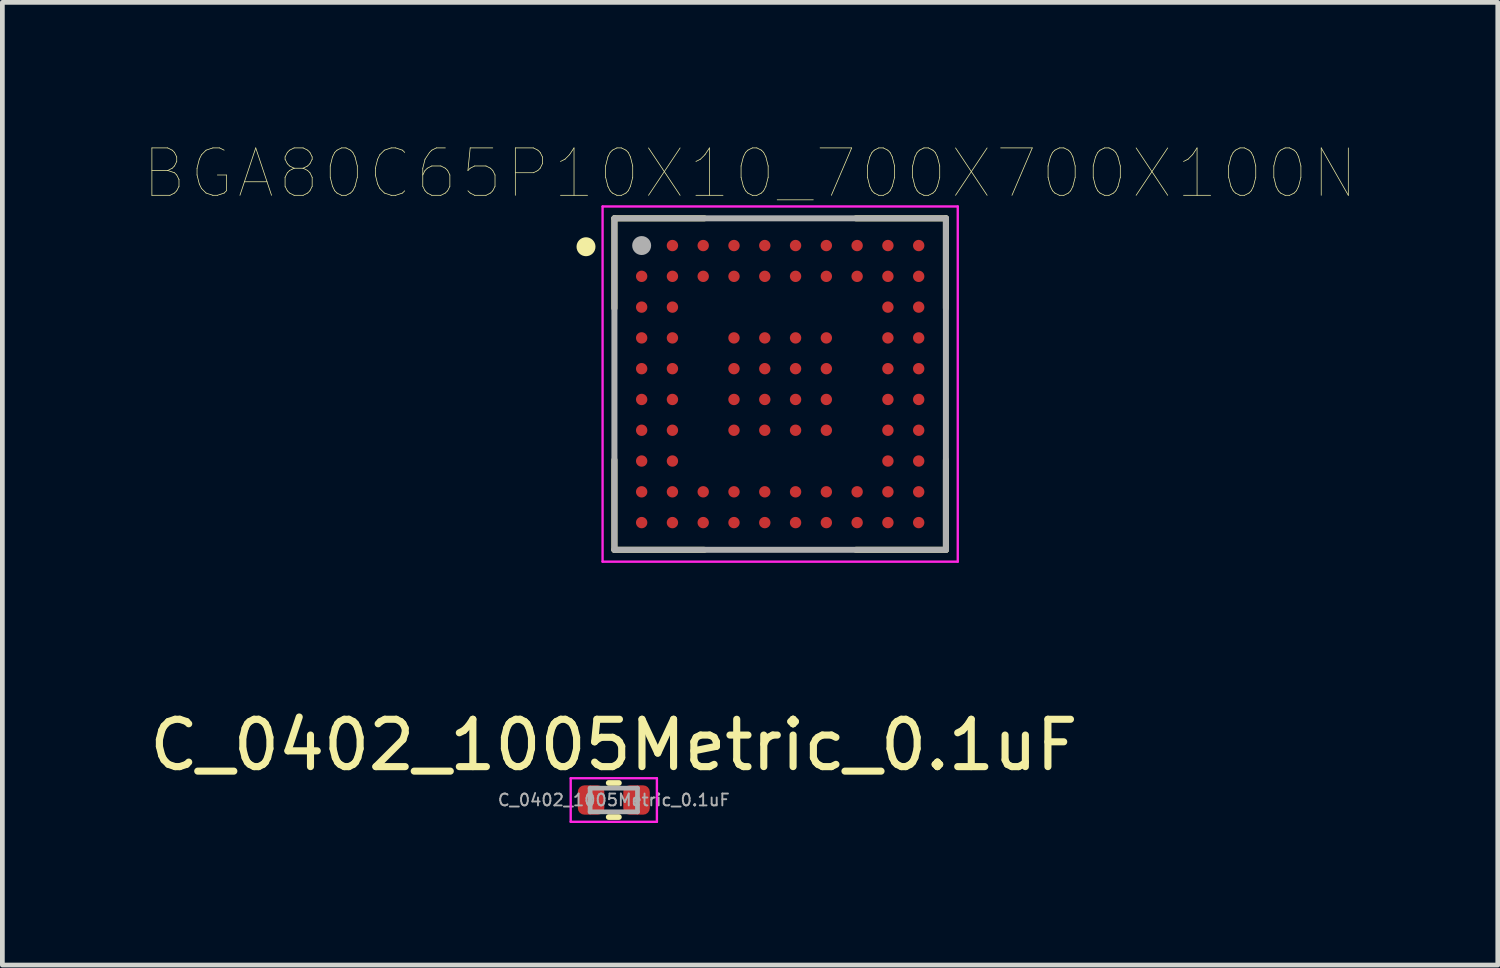
<source format=kicad_pcb>
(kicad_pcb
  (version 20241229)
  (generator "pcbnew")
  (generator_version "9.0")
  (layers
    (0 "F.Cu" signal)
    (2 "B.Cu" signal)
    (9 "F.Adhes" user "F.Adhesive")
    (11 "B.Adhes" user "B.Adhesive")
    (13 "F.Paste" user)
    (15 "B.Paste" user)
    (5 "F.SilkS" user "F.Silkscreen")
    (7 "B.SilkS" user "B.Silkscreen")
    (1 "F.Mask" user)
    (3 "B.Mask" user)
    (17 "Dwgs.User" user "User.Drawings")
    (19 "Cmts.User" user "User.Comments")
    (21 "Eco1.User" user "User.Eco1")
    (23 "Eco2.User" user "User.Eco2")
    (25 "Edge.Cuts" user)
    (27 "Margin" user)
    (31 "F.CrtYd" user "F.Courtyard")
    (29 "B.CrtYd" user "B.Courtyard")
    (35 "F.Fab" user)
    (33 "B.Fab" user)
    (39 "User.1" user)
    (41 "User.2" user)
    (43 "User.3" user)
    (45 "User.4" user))
  (footprint "C_0402_1005Metric_0.1uF"
    (layer "F.Cu")
    (at 9.911 13.843)
    (property "Reference" "C_0402_1005Metric_0.1uF" (at 0 -1.16 0) (layer "F.SilkS") (effects (font (size 1 1) (thickness 0.15))))
    (attr smd)
    (fp_line (start -0.108 -0.36) (end 0.108 -0.36) (stroke (width 0.12) (type solid)) (layer "F.SilkS"))
    (fp_line (start -0.108 0.36) (end 0.108 0.36) (stroke (width 0.12) (type solid)) (layer "F.SilkS"))
    (fp_line (start -0.91 -0.46) (end 0.91 -0.46) (stroke (width 0.05) (type solid)) (layer "F.CrtYd"))
    (fp_line (start -0.91 0.46) (end -0.91 -0.46) (stroke (width 0.05) (type solid)) (layer "F.CrtYd"))
    (fp_line (start 0.91 -0.46) (end 0.91 0.46) (stroke (width 0.05) (type solid)) (layer "F.CrtYd"))
    (fp_line (start 0.91 0.46) (end -0.91 0.46) (stroke (width 0.05) (type solid)) (layer "F.CrtYd"))
    (fp_line (start -0.5 -0.25) (end 0.5 -0.25) (stroke (width 0.1) (type solid)) (layer "F.Fab"))
    (fp_line (start -0.5 0.25) (end -0.5 -0.25) (stroke (width 0.1) (type solid)) (layer "F.Fab"))
    (fp_line (start 0.5 -0.25) (end 0.5 0.25) (stroke (width 0.1) (type solid)) (layer "F.Fab"))
    (fp_line (start 0.5 0.25) (end -0.5 0.25) (stroke (width 0.1) (type solid)) (layer "F.Fab"))
    (fp_text user "${REFERENCE}" (at 0 0 0) (layer "F.Fab") (effects (font (size 0.25 0.25) (thickness 0.04))))
    (pad "1" smd roundrect (at -0.48 0) (size 0.56 0.62) (layers "F.Cu" "F.Mask" "F.Paste") (roundrect_rratio 0.25))
    (pad "2" smd roundrect (at 0.48 0) (size 0.56 0.62) (layers "F.Cu" "F.Mask" "F.Paste") (roundrect_rratio 0.25)))
  (footprint "BGA80C65P10X10_700X700X100N"
    (layer "F.Cu")
    (at 13.424 5.06)
    (property "Reference" "BGA80C65P10X10_700X700X100N" (at -0.635 -4.448 0) (layer "F.SilkS") (effects (font (size 1.001 1.001) (thickness 0.015))))
    (attr through_hole)
    (fp_line (start -3.5 -3.5) (end -3.5 -1.6) (stroke (width 0.127) (type solid)) (layer "F.SilkS"))
    (fp_line (start -3.5 1.6) (end -3.5 3.5) (stroke (width 0.127) (type solid)) (layer "F.SilkS"))
    (fp_line (start -3.5 3.5) (end -1.6 3.5) (stroke (width 0.127) (type solid)) (layer "F.SilkS"))
    (fp_line (start -1.6 -3.5) (end -3.5 -3.5) (stroke (width 0.127) (type solid)) (layer "F.SilkS"))
    (fp_line (start 1.6 -3.5) (end 3.5 -3.5) (stroke (width 0.127) (type solid)) (layer "F.SilkS"))
    (fp_line (start 1.6 3.5) (end 3.5 3.5) (stroke (width 0.127) (type solid)) (layer "F.SilkS"))
    (fp_line (start 3.5 -3.5) (end 3.5 -1.6) (stroke (width 0.127) (type solid)) (layer "F.SilkS"))
    (fp_line (start 3.5 3.5) (end 3.5 1.6) (stroke (width 0.127) (type solid)) (layer "F.SilkS"))
    (fp_circle (center -4.1 -2.9) (end -4 -2.9) (stroke (width 0.2) (type solid)) (fill no) (layer "F.SilkS"))
    (fp_line (start -3.75 -3.75) (end 3.75 -3.75) (stroke (width 0.05) (type solid)) (layer "F.CrtYd"))
    (fp_line (start -3.75 3.75) (end -3.75 -3.75) (stroke (width 0.05) (type solid)) (layer "F.CrtYd"))
    (fp_line (start 3.75 -3.75) (end 3.75 3.75) (stroke (width 0.05) (type solid)) (layer "F.CrtYd"))
    (fp_line (start 3.75 3.75) (end -3.75 3.75) (stroke (width 0.05) (type solid)) (layer "F.CrtYd"))
    (fp_line (start -3.5 -3.5) (end 3.5 -3.5) (stroke (width 0.127) (type solid)) (layer "F.Fab"))
    (fp_line (start -3.5 3.5) (end -3.5 -3.5) (stroke (width 0.127) (type solid)) (layer "F.Fab"))
    (fp_line (start 3.5 -3.5) (end 3.5 3.5) (stroke (width 0.127) (type solid)) (layer "F.Fab"))
    (fp_line (start 3.5 3.5) (end -3.5 3.5) (stroke (width 0.127) (type solid)) (layer "F.Fab"))
    (fp_circle (center -2.925 -2.925) (end -2.825 -2.925) (stroke (width 0.2) (type solid)) (fill no) (layer "F.Fab"))
    (pad "A1" smd circle (at -2.925 -2.925) (size 0.24 0.24) (layers "F.Cu" "F.Mask" "F.Paste"))
    (pad "A2" smd circle (at -2.275 -2.925) (size 0.24 0.24) (layers "F.Cu" "F.Mask" "F.Paste"))
    (pad "A3" smd circle (at -1.625 -2.925) (size 0.24 0.24) (layers "F.Cu" "F.Mask" "F.Paste"))
    (pad "A4" smd circle (at -0.975 -2.925) (size 0.24 0.24) (layers "F.Cu" "F.Mask" "F.Paste"))
    (pad "A5" smd circle (at -0.325 -2.925) (size 0.24 0.24) (layers "F.Cu" "F.Mask" "F.Paste"))
    (pad "A6" smd circle (at 0.325 -2.925) (size 0.24 0.24) (layers "F.Cu" "F.Mask" "F.Paste"))
    (pad "A7" smd circle (at 0.975 -2.925) (size 0.24 0.24) (layers "F.Cu" "F.Mask" "F.Paste"))
    (pad "A8" smd circle (at 1.625 -2.925) (size 0.24 0.24) (layers "F.Cu" "F.Mask" "F.Paste"))
    (pad "A9" smd circle (at 2.275 -2.925) (size 0.24 0.24) (layers "F.Cu" "F.Mask" "F.Paste"))
    (pad "A10" smd circle (at 2.925 -2.925) (size 0.24 0.24) (layers "F.Cu" "F.Mask" "F.Paste"))
    (pad "B1" smd circle (at -2.925 -2.275) (size 0.24 0.24) (layers "F.Cu" "F.Mask" "F.Paste"))
    (pad "B2" smd circle (at -2.275 -2.275) (size 0.24 0.24) (layers "F.Cu" "F.Mask" "F.Paste"))
    (pad "B3" smd circle (at -1.625 -2.275) (size 0.24 0.24) (layers "F.Cu" "F.Mask" "F.Paste"))
    (pad "B4" smd circle (at -0.975 -2.275) (size 0.24 0.24) (layers "F.Cu" "F.Mask" "F.Paste"))
    (pad "B5" smd circle (at -0.325 -2.275) (size 0.24 0.24) (layers "F.Cu" "F.Mask" "F.Paste"))
    (pad "B6" smd circle (at 0.325 -2.275) (size 0.24 0.24) (layers "F.Cu" "F.Mask" "F.Paste"))
    (pad "B7" smd circle (at 0.975 -2.275) (size 0.24 0.24) (layers "F.Cu" "F.Mask" "F.Paste"))
    (pad "B8" smd circle (at 1.625 -2.275) (size 0.24 0.24) (layers "F.Cu" "F.Mask" "F.Paste"))
    (pad "B9" smd circle (at 2.275 -2.275) (size 0.24 0.24) (layers "F.Cu" "F.Mask" "F.Paste"))
    (pad "B10" smd circle (at 2.925 -2.275) (size 0.24 0.24) (layers "F.Cu" "F.Mask" "F.Paste"))
    (pad "C1" smd circle (at -2.925 -1.625) (size 0.24 0.24) (layers "F.Cu" "F.Mask" "F.Paste"))
    (pad "C2" smd circle (at -2.275 -1.625) (size 0.24 0.24) (layers "F.Cu" "F.Mask" "F.Paste"))
    (pad "C9" smd circle (at 2.275 -1.625) (size 0.24 0.24) (layers "F.Cu" "F.Mask" "F.Paste"))
    (pad "C10" smd circle (at 2.925 -1.625) (size 0.24 0.24) (layers "F.Cu" "F.Mask" "F.Paste"))
    (pad "D1" smd circle (at -2.925 -0.975) (size 0.24 0.24) (layers "F.Cu" "F.Mask" "F.Paste"))
    (pad "D2" smd circle (at -2.275 -0.975) (size 0.24 0.24) (layers "F.Cu" "F.Mask" "F.Paste"))
    (pad "D4" smd circle (at -0.975 -0.975) (size 0.24 0.24) (layers "F.Cu" "F.Mask" "F.Paste"))
    (pad "D5" smd circle (at -0.325 -0.975) (size 0.24 0.24) (layers "F.Cu" "F.Mask" "F.Paste"))
    (pad "D6" smd circle (at 0.325 -0.975) (size 0.24 0.24) (layers "F.Cu" "F.Mask" "F.Paste"))
    (pad "D7" smd circle (at 0.975 -0.975) (size 0.24 0.24) (layers "F.Cu" "F.Mask" "F.Paste"))
    (pad "D9" smd circle (at 2.275 -0.975) (size 0.24 0.24) (layers "F.Cu" "F.Mask" "F.Paste"))
    (pad "D10" smd circle (at 2.925 -0.975) (size 0.24 0.24) (layers "F.Cu" "F.Mask" "F.Paste"))
    (pad "E1" smd circle (at -2.925 -0.325) (size 0.24 0.24) (layers "F.Cu" "F.Mask" "F.Paste"))
    (pad "E2" smd circle (at -2.275 -0.325) (size 0.24 0.24) (layers "F.Cu" "F.Mask" "F.Paste"))
    (pad "E4" smd circle (at -0.975 -0.325) (size 0.24 0.24) (layers "F.Cu" "F.Mask" "F.Paste"))
    (pad "E5" smd circle (at -0.325 -0.325) (size 0.24 0.24) (layers "F.Cu" "F.Mask" "F.Paste"))
    (pad "E6" smd circle (at 0.325 -0.325) (size 0.24 0.24) (layers "F.Cu" "F.Mask" "F.Paste"))
    (pad "E7" smd circle (at 0.975 -0.325) (size 0.24 0.24) (layers "F.Cu" "F.Mask" "F.Paste"))
    (pad "E9" smd circle (at 2.275 -0.325) (size 0.24 0.24) (layers "F.Cu" "F.Mask" "F.Paste"))
    (pad "E10" smd circle (at 2.925 -0.325) (size 0.24 0.24) (layers "F.Cu" "F.Mask" "F.Paste"))
    (pad "F1" smd circle (at -2.925 0.325) (size 0.24 0.24) (layers "F.Cu" "F.Mask" "F.Paste"))
    (pad "F2" smd circle (at -2.275 0.325) (size 0.24 0.24) (layers "F.Cu" "F.Mask" "F.Paste"))
    (pad "F4" smd circle (at -0.975 0.325) (size 0.24 0.24) (layers "F.Cu" "F.Mask" "F.Paste"))
    (pad "F5" smd circle (at -0.325 0.325) (size 0.24 0.24) (layers "F.Cu" "F.Mask" "F.Paste"))
    (pad "F6" smd circle (at 0.325 0.325) (size 0.24 0.24) (layers "F.Cu" "F.Mask" "F.Paste"))
    (pad "F7" smd circle (at 0.975 0.325) (size 0.24 0.24) (layers "F.Cu" "F.Mask" "F.Paste"))
    (pad "F9" smd circle (at 2.275 0.325) (size 0.24 0.24) (layers "F.Cu" "F.Mask" "F.Paste"))
    (pad "F10" smd circle (at 2.925 0.325) (size 0.24 0.24) (layers "F.Cu" "F.Mask" "F.Paste"))
    (pad "G1" smd circle (at -2.925 0.975) (size 0.24 0.24) (layers "F.Cu" "F.Mask" "F.Paste"))
    (pad "G2" smd circle (at -2.275 0.975) (size 0.24 0.24) (layers "F.Cu" "F.Mask" "F.Paste"))
    (pad "G4" smd circle (at -0.975 0.975) (size 0.24 0.24) (layers "F.Cu" "F.Mask" "F.Paste"))
    (pad "G5" smd circle (at -0.325 0.975) (size 0.24 0.24) (layers "F.Cu" "F.Mask" "F.Paste"))
    (pad "G6" smd circle (at 0.325 0.975) (size 0.24 0.24) (layers "F.Cu" "F.Mask" "F.Paste"))
    (pad "G7" smd circle (at 0.975 0.975) (size 0.24 0.24) (layers "F.Cu" "F.Mask" "F.Paste"))
    (pad "G9" smd circle (at 2.275 0.975) (size 0.24 0.24) (layers "F.Cu" "F.Mask" "F.Paste"))
    (pad "G10" smd circle (at 2.925 0.975) (size 0.24 0.24) (layers "F.Cu" "F.Mask" "F.Paste"))
    (pad "H1" smd circle (at -2.925 1.625) (size 0.24 0.24) (layers "F.Cu" "F.Mask" "F.Paste"))
    (pad "H2" smd circle (at -2.275 1.625) (size 0.24 0.24) (layers "F.Cu" "F.Mask" "F.Paste"))
    (pad "H9" smd circle (at 2.275 1.625) (size 0.24 0.24) (layers "F.Cu" "F.Mask" "F.Paste"))
    (pad "H10" smd circle (at 2.925 1.625) (size 0.24 0.24) (layers "F.Cu" "F.Mask" "F.Paste"))
    (pad "J1" smd circle (at -2.925 2.275) (size 0.24 0.24) (layers "F.Cu" "F.Mask" "F.Paste"))
    (pad "J2" smd circle (at -2.275 2.275) (size 0.24 0.24) (layers "F.Cu" "F.Mask" "F.Paste"))
    (pad "J3" smd circle (at -1.625 2.275) (size 0.24 0.24) (layers "F.Cu" "F.Mask" "F.Paste"))
    (pad "J4" smd circle (at -0.975 2.275) (size 0.24 0.24) (layers "F.Cu" "F.Mask" "F.Paste"))
    (pad "J5" smd circle (at -0.325 2.275) (size 0.24 0.24) (layers "F.Cu" "F.Mask" "F.Paste"))
    (pad "J6" smd circle (at 0.325 2.275) (size 0.24 0.24) (layers "F.Cu" "F.Mask" "F.Paste"))
    (pad "J7" smd circle (at 0.975 2.275) (size 0.24 0.24) (layers "F.Cu" "F.Mask" "F.Paste"))
    (pad "J8" smd circle (at 1.625 2.275) (size 0.24 0.24) (layers "F.Cu" "F.Mask" "F.Paste"))
    (pad "J9" smd circle (at 2.275 2.275) (size 0.24 0.24) (layers "F.Cu" "F.Mask" "F.Paste"))
    (pad "J10" smd circle (at 2.925 2.275) (size 0.24 0.24) (layers "F.Cu" "F.Mask" "F.Paste"))
    (pad "K1" smd circle (at -2.925 2.925) (size 0.24 0.24) (layers "F.Cu" "F.Mask" "F.Paste"))
    (pad "K2" smd circle (at -2.275 2.925) (size 0.24 0.24) (layers "F.Cu" "F.Mask" "F.Paste"))
    (pad "K3" smd circle (at -1.625 2.925) (size 0.24 0.24) (layers "F.Cu" "F.Mask" "F.Paste"))
    (pad "K4" smd circle (at -0.975 2.925) (size 0.24 0.24) (layers "F.Cu" "F.Mask" "F.Paste"))
    (pad "K5" smd circle (at -0.325 2.925) (size 0.24 0.24) (layers "F.Cu" "F.Mask" "F.Paste"))
    (pad "K6" smd circle (at 0.325 2.925) (size 0.24 0.24) (layers "F.Cu" "F.Mask" "F.Paste"))
    (pad "K7" smd circle (at 0.975 2.925) (size 0.24 0.24) (layers "F.Cu" "F.Mask" "F.Paste"))
    (pad "K8" smd circle (at 1.625 2.925) (size 0.24 0.24) (layers "F.Cu" "F.Mask" "F.Paste"))
    (pad "K9" smd circle (at 2.275 2.925) (size 0.24 0.24) (layers "F.Cu" "F.Mask" "F.Paste"))
    (pad "K10" smd circle (at 2.925 2.925) (size 0.24 0.24) (layers "F.Cu" "F.Mask" "F.Paste")))
  (gr_rect
    (start -3 -3)
    (end 28.577 17.328)
    (stroke (width 0.1) (type default))
    (fill no)
    (layer "Edge.Cuts")))
</source>
